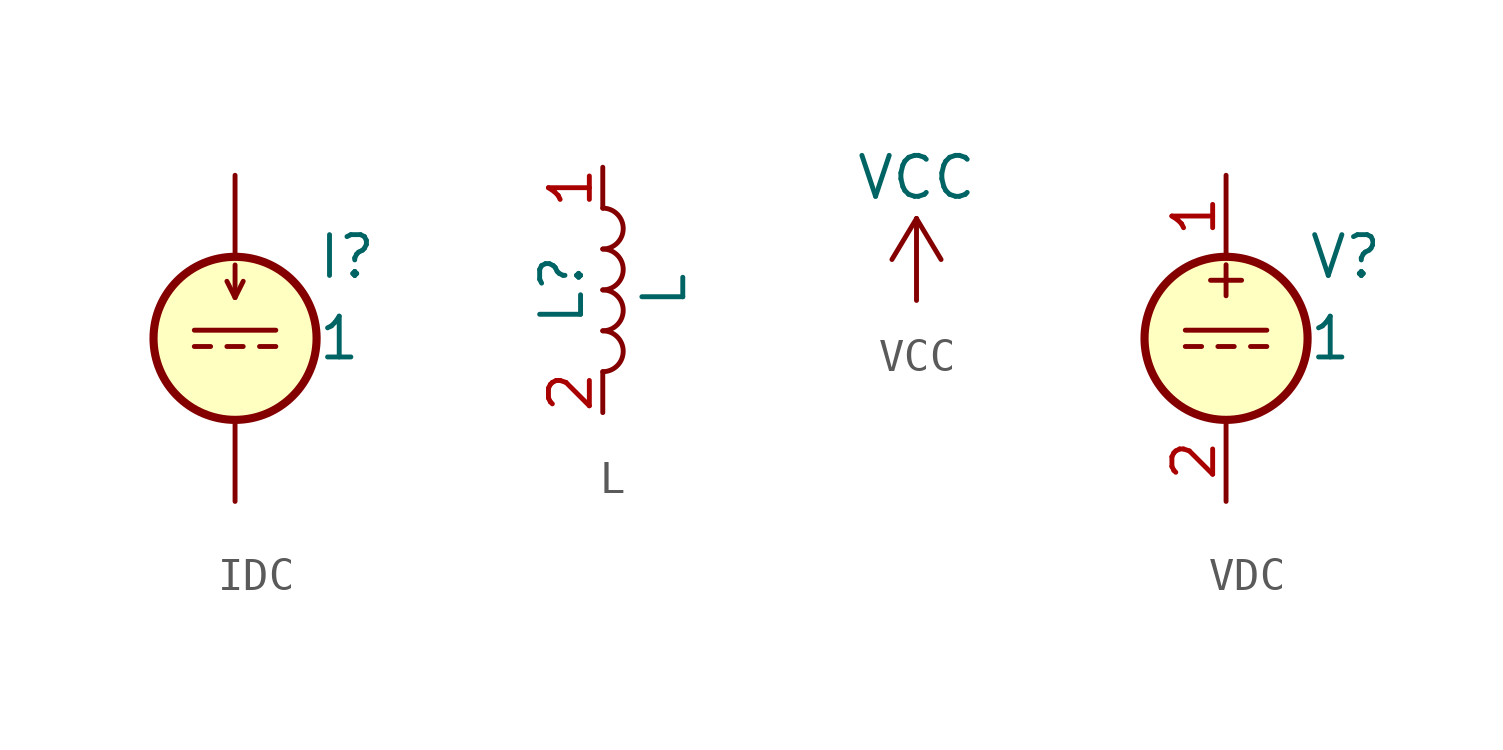
<source format=kicad_sym>
(kicad_symbol_lib
  (version 20231120)
  (generator "kicad_symbol_editor")
  (generator_version "8.0")
  (symbol "IDC"
    (pin_numbers hide)
    (pin_names
      (offset 0.025))
    (property "Reference" "I"
      (at 2.54 2.54 0)
      (effects (font (size 1.27 1.27)) (justify left)))
    (property "Value" "1"
      (at 2.54 0 0)
      (effects (font (size 1.27 1.27)) (justify left)))
    (symbol "IDC_0_0"
      (polyline (pts (xy -1.27 0.254) (xy 1.27 0.254)) (stroke (width 0) (type default)) (fill (type none)))
      (polyline (pts (xy -0.762 -0.254) (xy -1.27 -0.254)) (stroke (width 0) (type default)) (fill (type none)))
      (polyline (pts (xy 0.254 -0.254) (xy -0.254 -0.254)) (stroke (width 0) (type default)) (fill (type none)))
      (polyline (pts (xy 1.27 -0.254) (xy 0.762 -0.254)) (stroke (width 0) (type default)) (fill (type none))))
    (symbol "IDC_0_1"
      (polyline (pts (xy 0 1.27) (xy 0 2.286)) (stroke (width 0) (type default)) (fill (type none)))
      (polyline (pts (xy -0.254 1.778) (xy 0 1.27) (xy 0.254 1.778)) (stroke (width 0) (type default)) (fill (type none)))
      (circle (center 0 0) (radius 2.54) (stroke (width 0.254) (type default)) (fill (type background))))
    (symbol "IDC_1_1"
      (pin passive line (at 0 5.08 270) (length 2.54) (name "~" (effects (font (size 1.27 1.27)))) (number "1" (effects (font (size 1.27 1.27)))))
      (pin passive line (at 0 -5.08 90) (length 2.54) (name "~" (effects (font (size 1.27 1.27)))) (number "2" (effects (font (size 1.27 1.27)))))))
  (symbol "L"
    (pin_names
      (offset 1.016) hide)
    (property "Reference" "L"
      (at -1.27 0 90)
      (effects (font (size 1.27 1.27))))
    (property "Value" "L"
      (at 1.905 0 90)
      (effects (font (size 1.27 1.27))))
    (symbol "L_0_1"
      (arc (start 0 -2.54) (mid 0.6323 -1.905) (end 0 -1.27) (stroke (width 0) (type default)) (fill (type none)))
      (arc (start 0 -1.27) (mid 0.6323 -0.635) (end 0 0) (stroke (width 0) (type default)) (fill (type none)))
      (arc (start 0 0) (mid 0.6323 0.635) (end 0 1.27) (stroke (width 0) (type default)) (fill (type none)))
      (arc (start 0 1.27) (mid 0.6323 1.905) (end 0 2.54) (stroke (width 0) (type default)) (fill (type none))))
    (symbol "L_1_1"
      (pin passive line (at 0 3.81 270) (length 1.27) (name "1" (effects (font (size 1.27 1.27)))) (number "1" (effects (font (size 1.27 1.27)))))
      (pin passive line (at 0 -3.81 90) (length 1.27) (name "2" (effects (font (size 1.27 1.27)))) (number "2" (effects (font (size 1.27 1.27)))))))
  (symbol "VCC"
    (power)
    (pin_names
      (offset 0))
    (property "Reference" "#PWR"
      (at 0 -3.81 0)
      (effects (font (size 1.27 1.27)) (hide yes)))
    (property "Value" "VCC"
      (at 0 3.81 0)
      (effects (font (size 1.27 1.27))))
    (symbol "VCC_0_1"
      (polyline (pts (xy -0.762 1.27) (xy 0 2.54)) (stroke (width 0) (type default)) (fill (type none)))
      (polyline (pts (xy 0 0) (xy 0 2.54)) (stroke (width 0) (type default)) (fill (type none)))
      (polyline (pts (xy 0 2.54) (xy 0.762 1.27)) (stroke (width 0) (type default)) (fill (type none))))
    (symbol "VCC_1_1"
      (pin power_in line (at 0 0 90) (length 0) hide (name "VCC" (effects (font (size 1.27 1.27)))) (number "1" (effects (font (size 1.27 1.27)))))))
  (symbol "VDC"
    (pin_names
      (offset 0.025))
    (property "Reference" "V"
      (at 2.54 2.54 0)
      (effects (font (size 1.27 1.27)) (justify left)))
    (property "Value" "1"
      (at 2.54 0 0)
      (effects (font (size 1.27 1.27)) (justify left)))
    (symbol "VDC_0_0"
      (polyline (pts (xy -1.27 0.254) (xy 1.27 0.254)) (stroke (width 0) (type default)) (fill (type none)))
      (polyline (pts (xy -0.762 -0.254) (xy -1.27 -0.254)) (stroke (width 0) (type default)) (fill (type none)))
      (polyline (pts (xy 0.254 -0.254) (xy -0.254 -0.254)) (stroke (width 0) (type default)) (fill (type none)))
      (polyline (pts (xy 1.27 -0.254) (xy 0.762 -0.254)) (stroke (width 0) (type default)) (fill (type none)))
      (text "+" (at 0 1.905 0) (effects (font (size 1.27 1.27)))))
    (symbol "VDC_0_1"
      (circle (center 0 0) (radius 2.54) (stroke (width 0.254) (type default)) (fill (type background))))
    (symbol "VDC_1_1"
      (pin passive line (at 0 5.08 270) (length 2.54) (name "~" (effects (font (size 1.27 1.27)))) (number "1" (effects (font (size 1.27 1.27)))))
      (pin passive line (at 0 -5.08 90) (length 2.54) (name "~" (effects (font (size 1.27 1.27)))) (number "2" (effects (font (size 1.27 1.27))))))))
</source>
